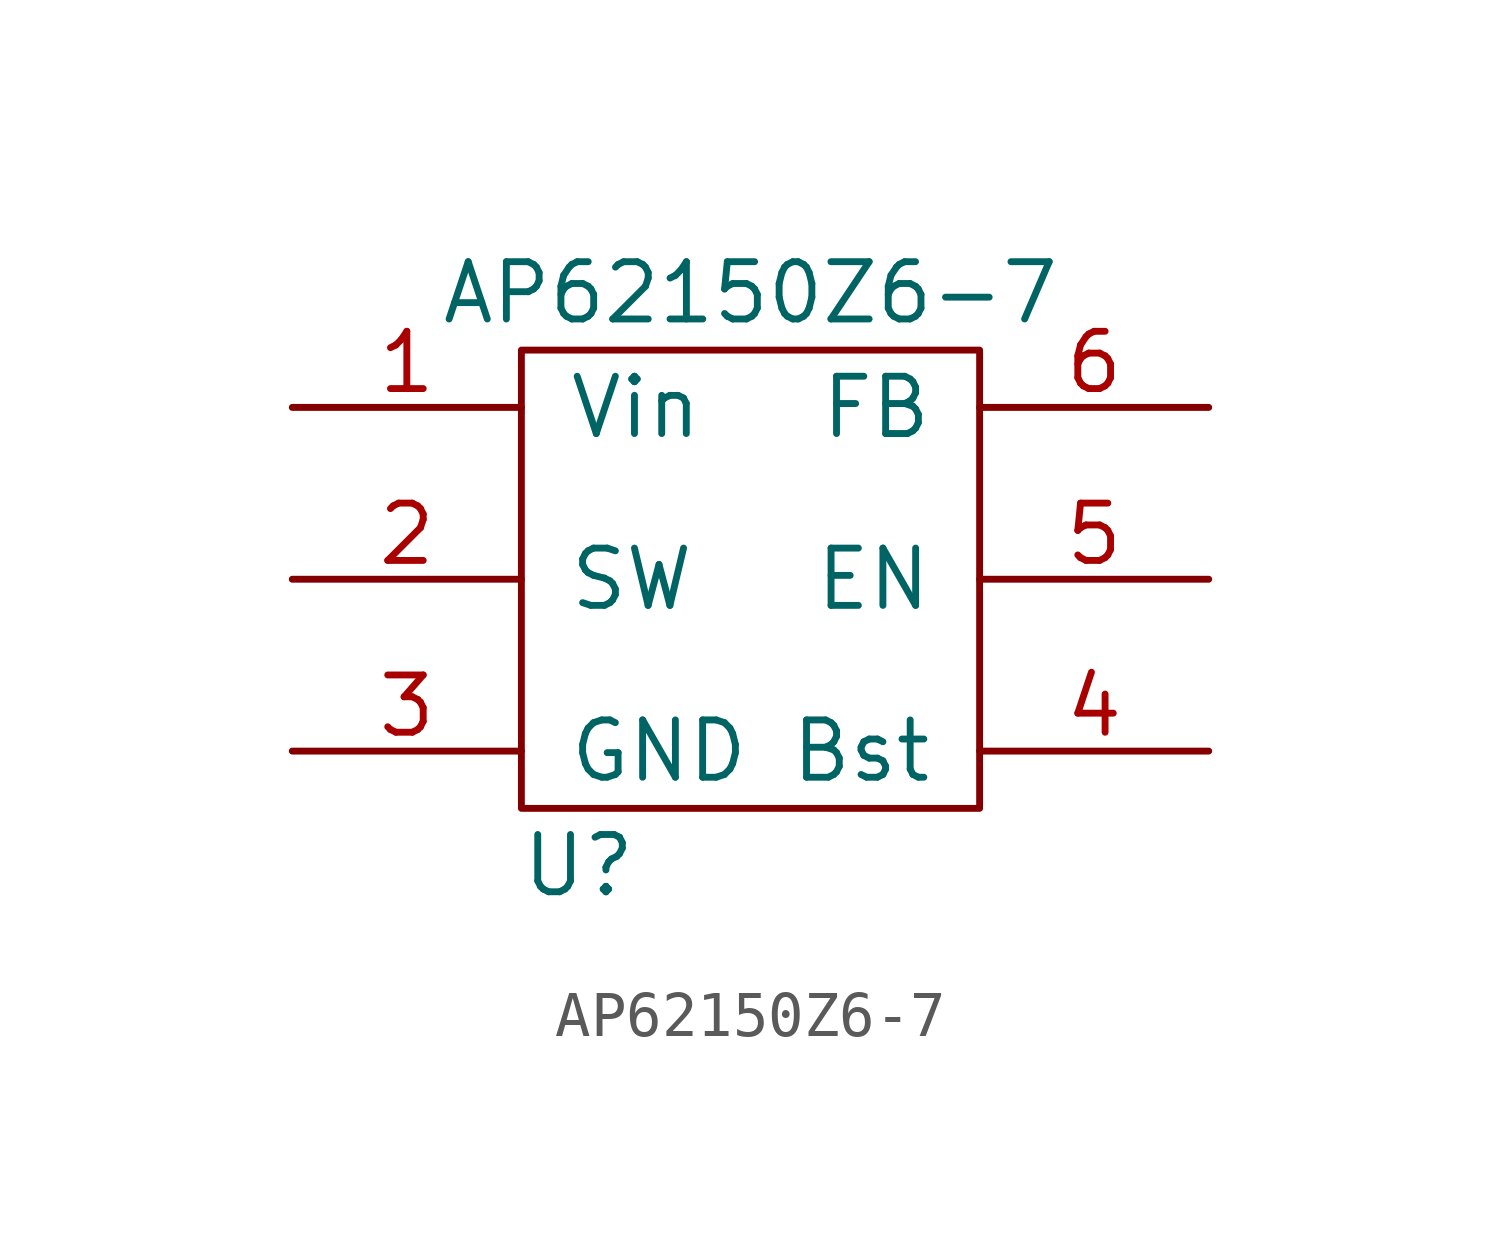
<source format=kicad_sym>
(kicad_symbol_lib
  (version 20211014)
  (generator kicad_symbol_editor)
  (symbol "AP62150Z6-7"
    (pin_names
      (offset 1.016))
    (property "Reference" "U"
      (at -3.81 -6.35 0)
      (effects (font (size 1.27 1.27))))
    (property "Value" "AP62150Z6-7"
      (at 0 6.35 0)
      (effects (font (size 1.27 1.27))))
    (symbol "AP62150Z6-7_0_1"
      (rectangle (start -5.08 5.08) (end 5.08 -5.08) (stroke (width 0) (type default) (color 0 0 0 0)) (fill (type none))))
    (symbol "AP62150Z6-7_1_1"
      (pin power_in line (at -10.16 3.81 0) (length 5.08) (name "Vin" (effects (font (size 1.27 1.27)))) (number "1" (effects (font (size 1.27 1.27)))))
      (pin power_out line (at -10.16 0 0) (length 5.08) (name "SW" (effects (font (size 1.27 1.27)))) (number "2" (effects (font (size 1.27 1.27)))))
      (pin power_in line (at -10.16 -3.81 0) (length 5.08) (name "GND" (effects (font (size 1.27 1.27)))) (number "3" (effects (font (size 1.27 1.27)))))
      (pin power_out line (at 10.16 -3.81 180) (length 5.08) (name "Bst" (effects (font (size 1.27 1.27)))) (number "4" (effects (font (size 1.27 1.27)))))
      (pin input line (at 10.16 0 180) (length 5.08) (name "EN" (effects (font (size 1.27 1.27)))) (number "5" (effects (font (size 1.27 1.27)))))
      (pin input line (at 10.16 3.81 180) (length 5.08) (name "FB" (effects (font (size 1.27 1.27)))) (number "6" (effects (font (size 1.27 1.27))))))))
</source>
